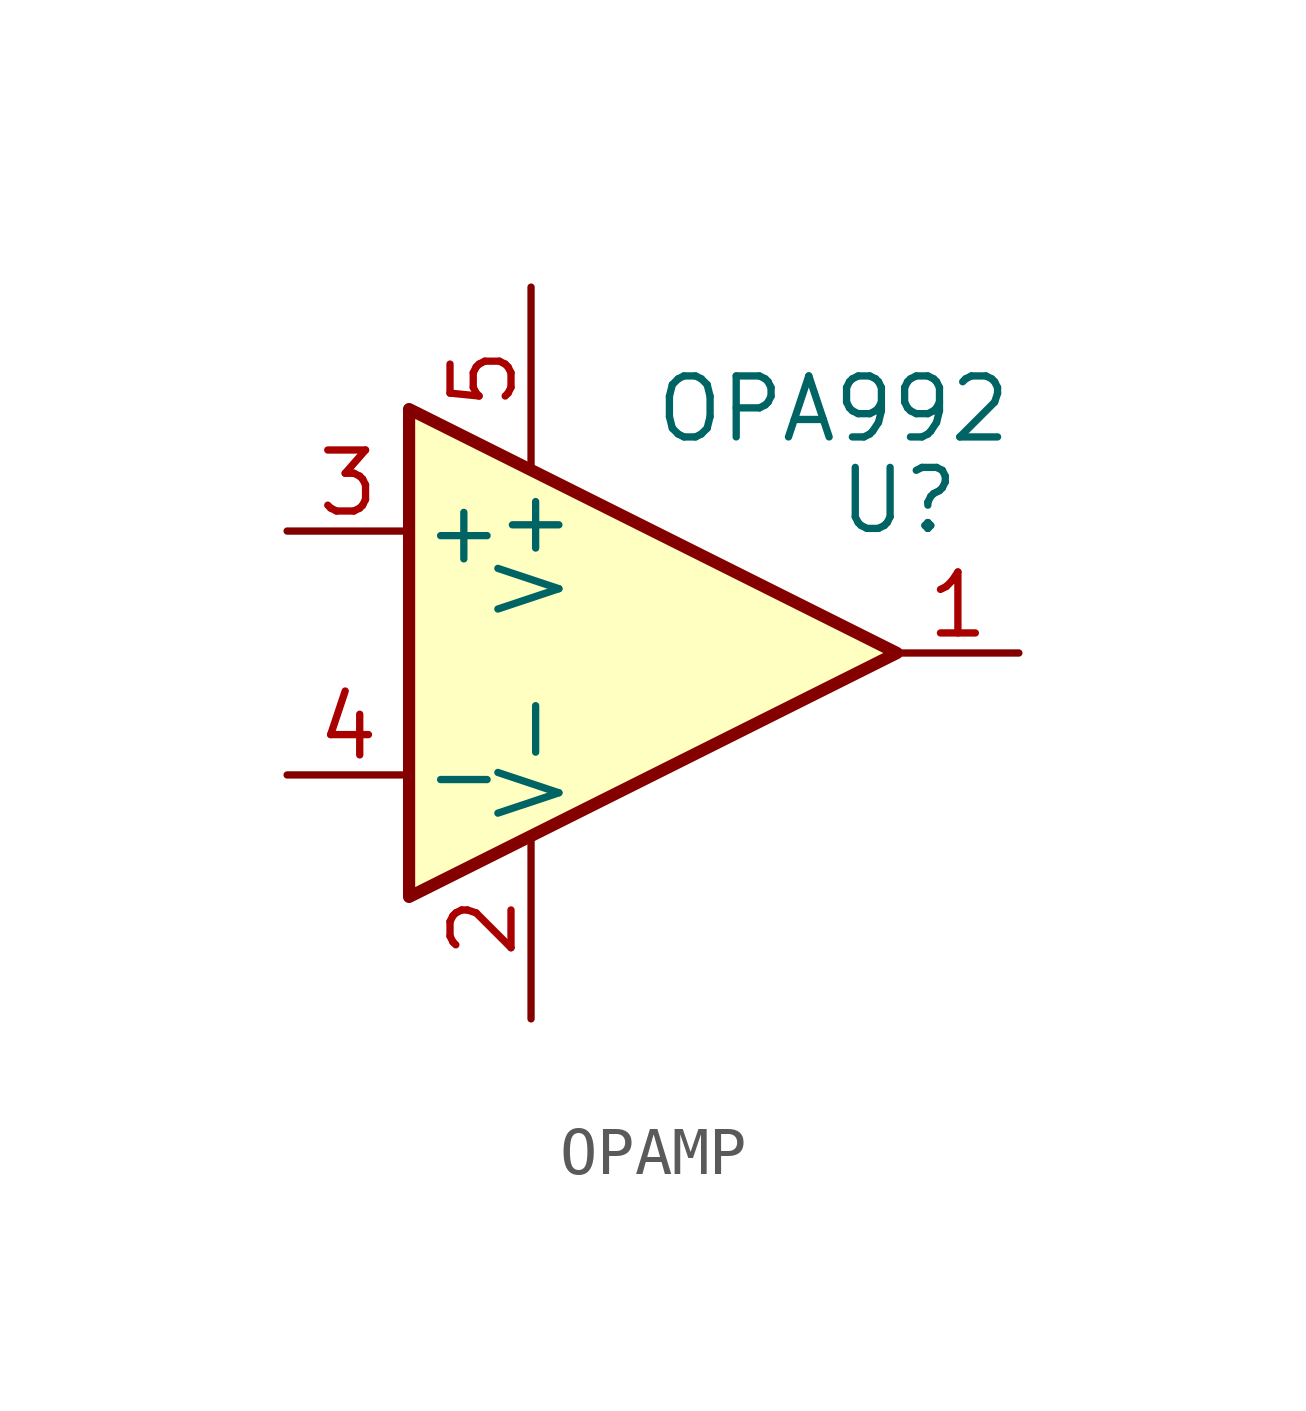
<source format=kicad_sym>
(kicad_symbol_lib
  (version 20220914)
  (generator kicad_symbol_editor)
  (symbol "OPAMP"
    (pin_names
      (offset 0.254))
    (property "Reference" "U"
      (at 3.81 3.175 0)
      (effects (font (size 1.27 1.27)) (justify left)))
    (property "Value" "OPA992"
      (at 0 5.08 0)
      (effects (font (size 1.27 1.27)) (justify left)))
    (symbol "OPAMP_0_1"
      (polyline (pts (xy 5.08 0) (xy -5.08 5.08) (xy -5.08 -5.08) (xy 5.08 0)) (stroke (width 0.254) (type default)) (fill (type background))))
    (symbol "OPAMP_1_1"
      (pin output line (at 7.62 0 180) (length 2.54) (name "~" (effects (font (size 1.27 1.27)))) (number "1" (effects (font (size 1.27 1.27)))))
      (pin power_in line (at -2.54 -7.62 90) (length 3.81) (name "V-" (effects (font (size 1.27 1.27)))) (number "2" (effects (font (size 1.27 1.27)))))
      (pin input line (at -7.62 2.54 0) (length 2.54) (name "+" (effects (font (size 1.27 1.27)))) (number "3" (effects (font (size 1.27 1.27)))))
      (pin input line (at -7.62 -2.54 0) (length 2.54) (name "-" (effects (font (size 1.27 1.27)))) (number "4" (effects (font (size 1.27 1.27)))))
      (pin power_in line (at -2.54 7.62 270) (length 3.81) (name "V+" (effects (font (size 1.27 1.27)))) (number "5" (effects (font (size 1.27 1.27))))))))
</source>
